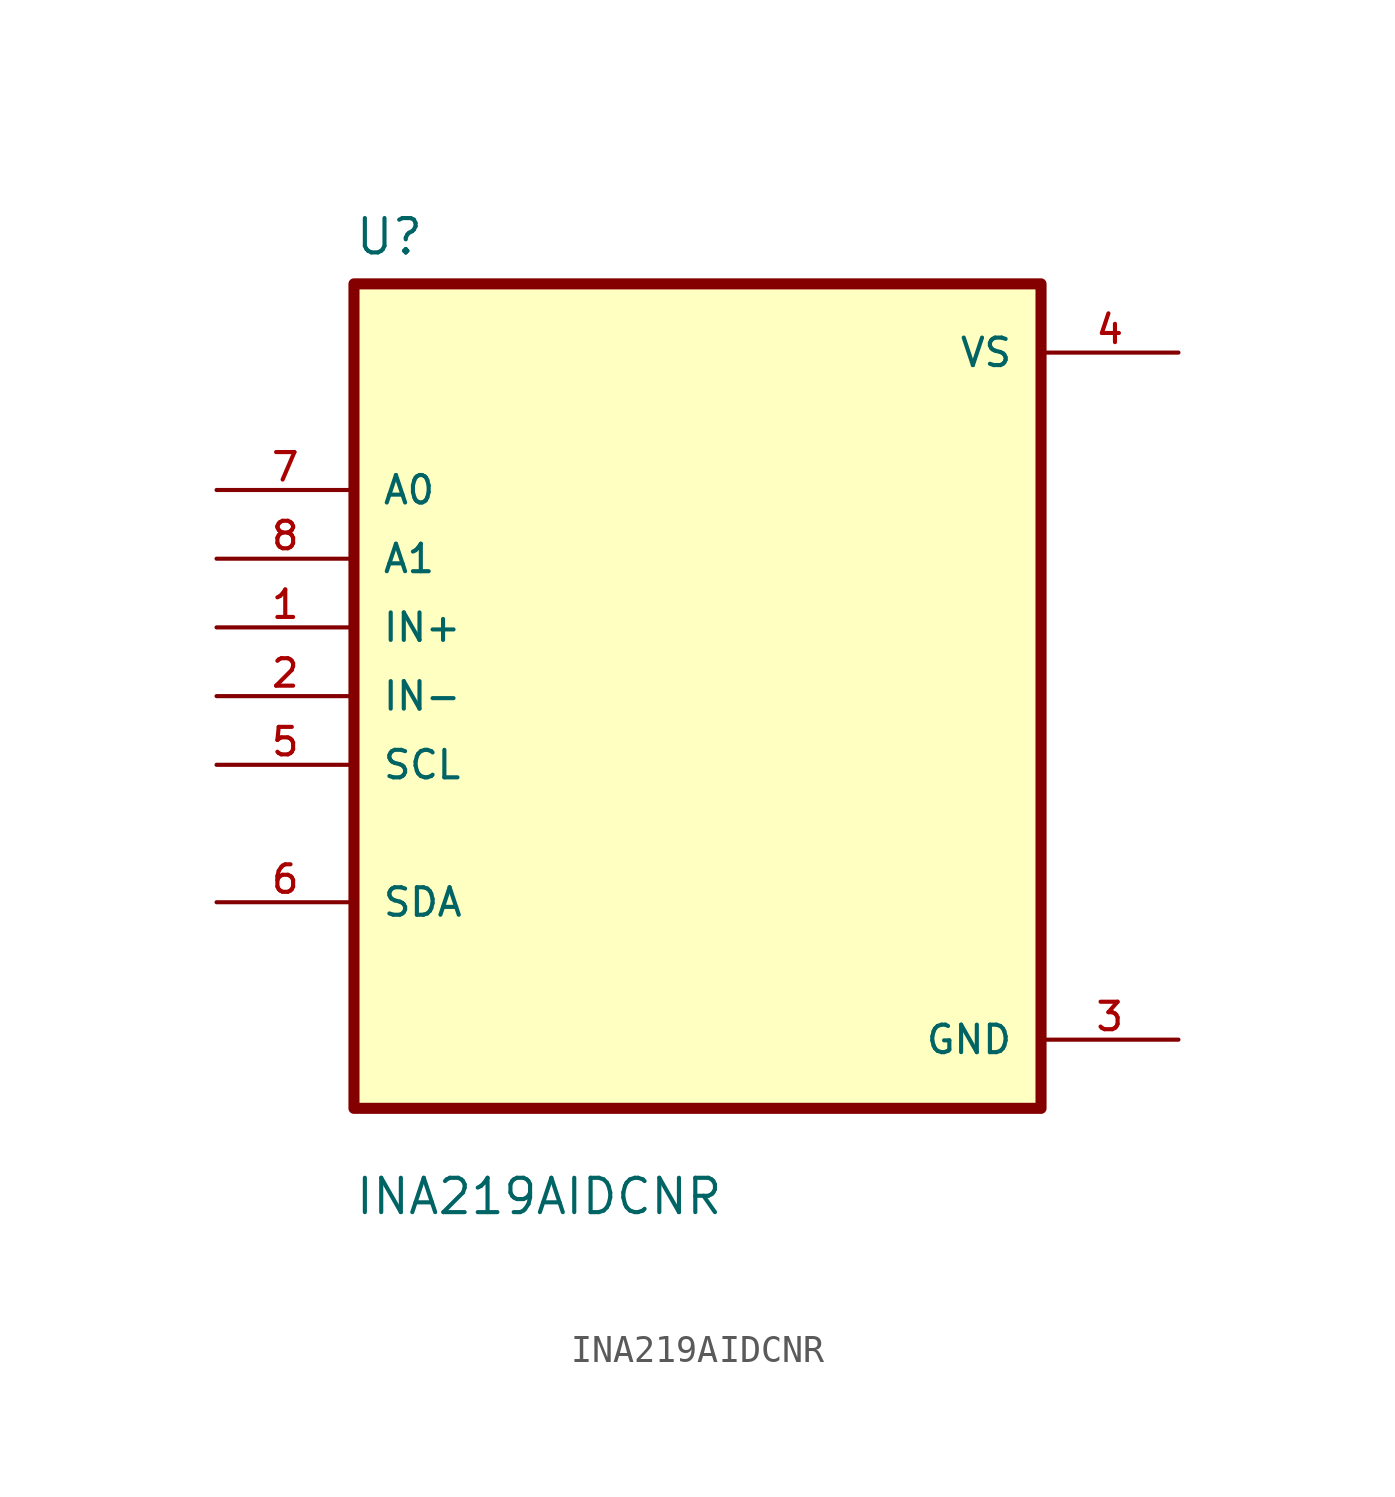
<source format=kicad_sym>
(kicad_symbol_lib
  (version 20211014)
  (generator kicad_symbol_editor)
  (symbol "INA219AIDCNR"
    (pin_names
      (offset 1.016))
    (property "Reference" "U"
      (at -12.7 16.24 0.0)
      (effects (font (size 1.27 1.27)) (justify bottom left)))
    (property "Value" "INA219AIDCNR"
      (at -12.7 -19.24 0.0)
      (effects (font (size 1.27 1.27)) (justify bottom left)))
    (symbol "INA219AIDCNR_0_0"
      (rectangle (start -12.7 -15.24) (end 12.7 15.24) (stroke (width 0.41)) (fill (type background)))
      (pin input line (at -17.78 7.62 0) (length 5.08) (name "A0" (effects (font (size 1.016 1.016)))) (number "7" (effects (font (size 1.016 1.016)))))
      (pin input line (at -17.78 5.08 0) (length 5.08) (name "A1" (effects (font (size 1.016 1.016)))) (number "8" (effects (font (size 1.016 1.016)))))
      (pin input line (at -17.78 2.54 0) (length 5.08) (name "IN+" (effects (font (size 1.016 1.016)))) (number "1" (effects (font (size 1.016 1.016)))))
      (pin input line (at -17.78 0.0 0) (length 5.08) (name "IN-" (effects (font (size 1.016 1.016)))) (number "2" (effects (font (size 1.016 1.016)))))
      (pin input line (at -17.78 -2.54 0) (length 5.08) (name "SCL" (effects (font (size 1.016 1.016)))) (number "5" (effects (font (size 1.016 1.016)))))
      (pin bidirectional line (at -17.78 -7.62 0) (length 5.08) (name "SDA" (effects (font (size 1.016 1.016)))) (number "6" (effects (font (size 1.016 1.016)))))
      (pin power_in line (at 17.78 12.7 180.0) (length 5.08) (name "VS" (effects (font (size 1.016 1.016)))) (number "4" (effects (font (size 1.016 1.016)))))
      (pin power_in line (at 17.78 -12.7 180.0) (length 5.08) (name "GND" (effects (font (size 1.016 1.016)))) (number "3" (effects (font (size 1.016 1.016))))))))
</source>
